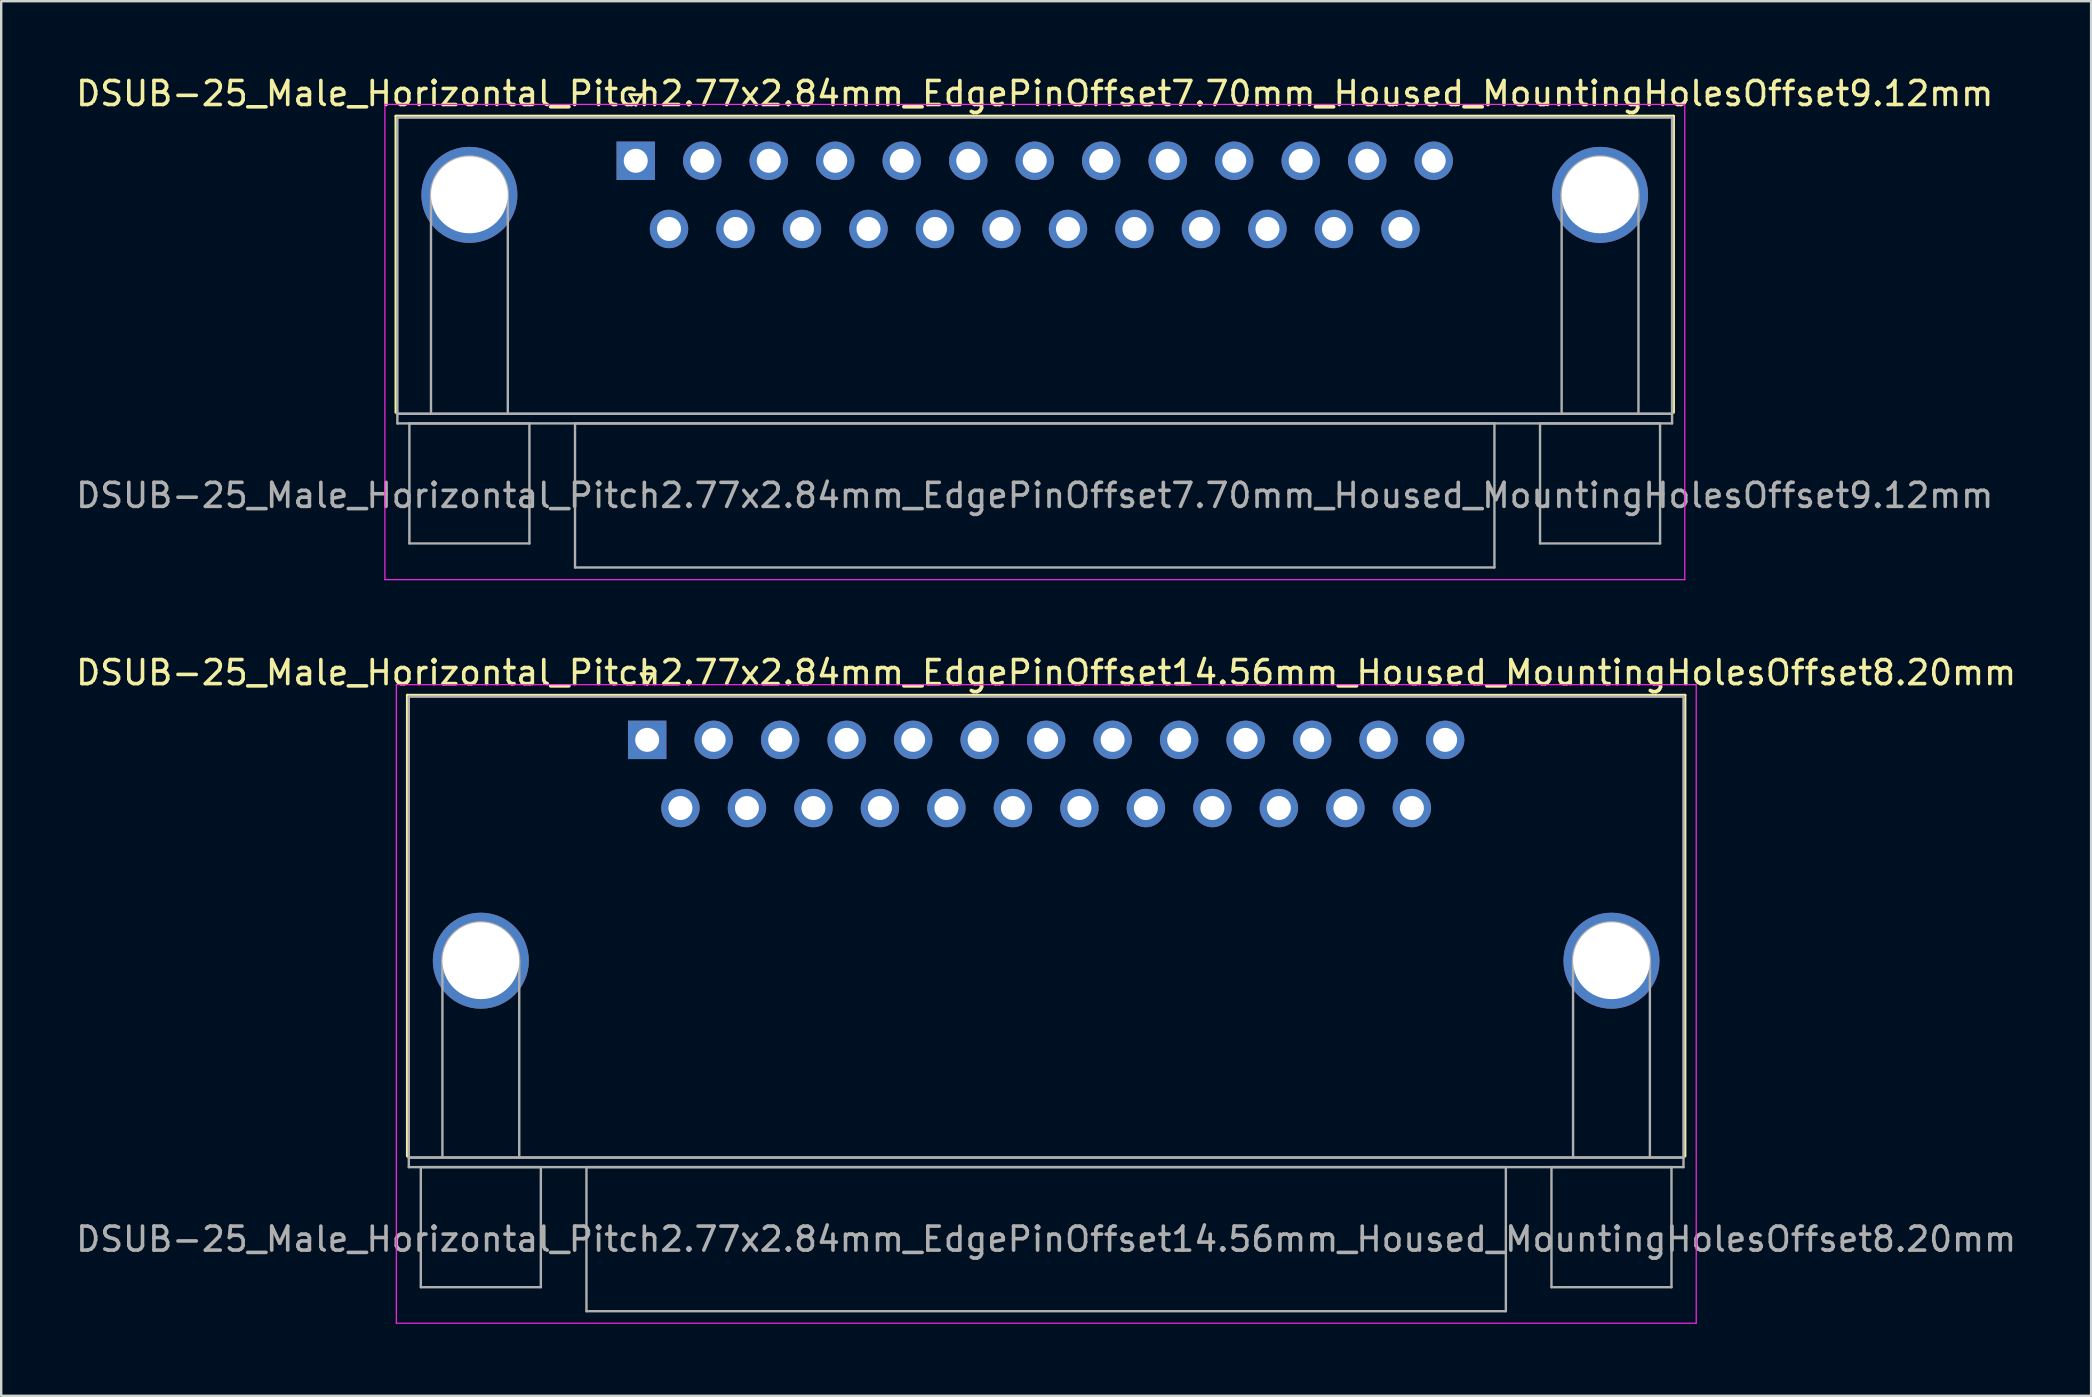
<source format=kicad_pcb>
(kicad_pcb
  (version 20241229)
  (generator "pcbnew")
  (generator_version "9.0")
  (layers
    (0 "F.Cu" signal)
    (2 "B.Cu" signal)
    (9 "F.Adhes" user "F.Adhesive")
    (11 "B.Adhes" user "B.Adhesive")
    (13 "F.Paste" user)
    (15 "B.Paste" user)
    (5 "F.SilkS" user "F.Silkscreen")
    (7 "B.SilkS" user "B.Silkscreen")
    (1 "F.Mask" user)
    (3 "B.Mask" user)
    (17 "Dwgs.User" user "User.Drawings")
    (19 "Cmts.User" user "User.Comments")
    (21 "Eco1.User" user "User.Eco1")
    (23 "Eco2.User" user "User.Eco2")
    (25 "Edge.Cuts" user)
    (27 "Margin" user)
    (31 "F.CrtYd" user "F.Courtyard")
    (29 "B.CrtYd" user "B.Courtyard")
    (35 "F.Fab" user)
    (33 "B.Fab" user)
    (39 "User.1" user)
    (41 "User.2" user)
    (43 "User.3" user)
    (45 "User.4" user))
  (footprint "DSUB-25_Male_Horizontal_Pitch2.77x2.84mm_EdgePinOffset7.70mm_Housed_MountingHolesOffset9.12mm"
    (layer "F.Cu")
    (at 23.434 3.648)
    (property "Reference" "DSUB-25_Male_Horizontal_Pitch2.77x2.84mm_EdgePinOffset7.70mm_Housed_MountingHolesOffset9.12mm" (at 16.62 -2.8 0) (layer "F.SilkS") (effects (font (size 1 1) (thickness 0.15))))
    (attr through_hole)
    (fp_line (start -9.99 -1.86) (end 43.23 -1.86) (stroke (width 0.12) (type solid)) (layer "F.SilkS"))
    (fp_line (start -9.99 10.48) (end -9.99 -1.86) (stroke (width 0.12) (type solid)) (layer "F.SilkS"))
    (fp_line (start -0.25 -2.754) (end 0.25 -2.754) (stroke (width 0.12) (type solid)) (layer "F.SilkS"))
    (fp_line (start 0 -2.321) (end -0.25 -2.754) (stroke (width 0.12) (type solid)) (layer "F.SilkS"))
    (fp_line (start 0.25 -2.754) (end 0 -2.321) (stroke (width 0.12) (type solid)) (layer "F.SilkS"))
    (fp_line (start 43.23 -1.86) (end 43.23 10.48) (stroke (width 0.12) (type solid)) (layer "F.SilkS"))
    (fp_line (start -10.45 -2.35) (end -10.45 17.45) (stroke (width 0.05) (type solid)) (layer "F.CrtYd"))
    (fp_line (start -10.45 17.45) (end 43.7 17.45) (stroke (width 0.05) (type solid)) (layer "F.CrtYd"))
    (fp_line (start 43.7 -2.35) (end -10.45 -2.35) (stroke (width 0.05) (type solid)) (layer "F.CrtYd"))
    (fp_line (start 43.7 17.45) (end 43.7 -2.35) (stroke (width 0.05) (type solid)) (layer "F.CrtYd"))
    (fp_line (start -9.93 -1.8) (end -9.93 10.54) (stroke (width 0.1) (type solid)) (layer "F.Fab"))
    (fp_line (start -9.93 10.54) (end -9.93 10.94) (stroke (width 0.1) (type solid)) (layer "F.Fab"))
    (fp_line (start -9.93 10.54) (end 43.17 10.54) (stroke (width 0.1) (type solid)) (layer "F.Fab"))
    (fp_line (start -9.93 10.94) (end 43.17 10.94) (stroke (width 0.1) (type solid)) (layer "F.Fab"))
    (fp_line (start -9.43 10.94) (end -9.43 15.94) (stroke (width 0.1) (type solid)) (layer "F.Fab"))
    (fp_line (start -9.43 15.94) (end -4.43 15.94) (stroke (width 0.1) (type solid)) (layer "F.Fab"))
    (fp_line (start -8.53 10.54) (end -8.53 1.42) (stroke (width 0.1) (type solid)) (layer "F.Fab"))
    (fp_line (start -5.33 10.54) (end -5.33 1.42) (stroke (width 0.1) (type solid)) (layer "F.Fab"))
    (fp_line (start -4.43 10.94) (end -9.43 10.94) (stroke (width 0.1) (type solid)) (layer "F.Fab"))
    (fp_line (start -4.43 15.94) (end -4.43 10.94) (stroke (width 0.1) (type solid)) (layer "F.Fab"))
    (fp_line (start -2.53 10.94) (end -2.53 16.94) (stroke (width 0.1) (type solid)) (layer "F.Fab"))
    (fp_line (start -2.53 16.94) (end 35.77 16.94) (stroke (width 0.1) (type solid)) (layer "F.Fab"))
    (fp_line (start 35.77 10.94) (end -2.53 10.94) (stroke (width 0.1) (type solid)) (layer "F.Fab"))
    (fp_line (start 35.77 16.94) (end 35.77 10.94) (stroke (width 0.1) (type solid)) (layer "F.Fab"))
    (fp_line (start 37.67 10.94) (end 37.67 15.94) (stroke (width 0.1) (type solid)) (layer "F.Fab"))
    (fp_line (start 37.67 15.94) (end 42.67 15.94) (stroke (width 0.1) (type solid)) (layer "F.Fab"))
    (fp_line (start 38.57 10.54) (end 38.57 1.42) (stroke (width 0.1) (type solid)) (layer "F.Fab"))
    (fp_line (start 41.77 10.54) (end 41.77 1.42) (stroke (width 0.1) (type solid)) (layer "F.Fab"))
    (fp_line (start 42.67 10.94) (end 37.67 10.94) (stroke (width 0.1) (type solid)) (layer "F.Fab"))
    (fp_line (start 42.67 15.94) (end 42.67 10.94) (stroke (width 0.1) (type solid)) (layer "F.Fab"))
    (fp_line (start 43.17 -1.8) (end -9.93 -1.8) (stroke (width 0.1) (type solid)) (layer "F.Fab"))
    (fp_line (start 43.17 10.54) (end -9.93 10.54) (stroke (width 0.1) (type solid)) (layer "F.Fab"))
    (fp_line (start 43.17 10.54) (end 43.17 -1.8) (stroke (width 0.1) (type solid)) (layer "F.Fab"))
    (fp_line (start 43.17 10.94) (end 43.17 10.54) (stroke (width 0.1) (type solid)) (layer "F.Fab"))
    (fp_arc (start -8.53 1.42) (mid -6.93 -0.18) (end -5.33 1.42) (stroke (width 0.1) (type solid)) (layer "F.Fab"))
    (fp_arc (start 38.57 1.42) (mid 40.17 -0.18) (end 41.77 1.42) (stroke (width 0.1) (type solid)) (layer "F.Fab"))
    (fp_text user "${REFERENCE}" (at 16.62 13.94 0) (layer "F.Fab") (effects (font (size 1 1) (thickness 0.15))))
    (pad "0" thru_hole circle (at -6.93 1.42) (size 4 4) (drill 3.2) (layers "*.Cu" "*.Mask"))
    (pad "0" thru_hole circle (at 40.17 1.42) (size 4 4) (drill 3.2) (layers "*.Cu" "*.Mask"))
    (pad "1" thru_hole rect (at 0 0) (size 1.6 1.6) (drill 1) (layers "*.Cu" "*.Mask"))
    (pad "2" thru_hole circle (at 2.77 0) (size 1.6 1.6) (drill 1) (layers "*.Cu" "*.Mask"))
    (pad "3" thru_hole circle (at 5.54 0) (size 1.6 1.6) (drill 1) (layers "*.Cu" "*.Mask"))
    (pad "4" thru_hole circle (at 8.31 0) (size 1.6 1.6) (drill 1) (layers "*.Cu" "*.Mask"))
    (pad "5" thru_hole circle (at 11.08 0) (size 1.6 1.6) (drill 1) (layers "*.Cu" "*.Mask"))
    (pad "6" thru_hole circle (at 13.85 0) (size 1.6 1.6) (drill 1) (layers "*.Cu" "*.Mask"))
    (pad "7" thru_hole circle (at 16.62 0) (size 1.6 1.6) (drill 1) (layers "*.Cu" "*.Mask"))
    (pad "8" thru_hole circle (at 19.39 0) (size 1.6 1.6) (drill 1) (layers "*.Cu" "*.Mask"))
    (pad "9" thru_hole circle (at 22.16 0) (size 1.6 1.6) (drill 1) (layers "*.Cu" "*.Mask"))
    (pad "10" thru_hole circle (at 24.93 0) (size 1.6 1.6) (drill 1) (layers "*.Cu" "*.Mask"))
    (pad "11" thru_hole circle (at 27.7 0) (size 1.6 1.6) (drill 1) (layers "*.Cu" "*.Mask"))
    (pad "12" thru_hole circle (at 30.47 0) (size 1.6 1.6) (drill 1) (layers "*.Cu" "*.Mask"))
    (pad "13" thru_hole circle (at 33.24 0) (size 1.6 1.6) (drill 1) (layers "*.Cu" "*.Mask"))
    (pad "14" thru_hole circle (at 1.385 2.84) (size 1.6 1.6) (drill 1) (layers "*.Cu" "*.Mask"))
    (pad "15" thru_hole circle (at 4.155 2.84) (size 1.6 1.6) (drill 1) (layers "*.Cu" "*.Mask"))
    (pad "16" thru_hole circle (at 6.925 2.84) (size 1.6 1.6) (drill 1) (layers "*.Cu" "*.Mask"))
    (pad "17" thru_hole circle (at 9.695 2.84) (size 1.6 1.6) (drill 1) (layers "*.Cu" "*.Mask"))
    (pad "18" thru_hole circle (at 12.465 2.84) (size 1.6 1.6) (drill 1) (layers "*.Cu" "*.Mask"))
    (pad "19" thru_hole circle (at 15.235 2.84) (size 1.6 1.6) (drill 1) (layers "*.Cu" "*.Mask"))
    (pad "20" thru_hole circle (at 18.005 2.84) (size 1.6 1.6) (drill 1) (layers "*.Cu" "*.Mask"))
    (pad "21" thru_hole circle (at 20.775 2.84) (size 1.6 1.6) (drill 1) (layers "*.Cu" "*.Mask"))
    (pad "22" thru_hole circle (at 23.545 2.84) (size 1.6 1.6) (drill 1) (layers "*.Cu" "*.Mask"))
    (pad "23" thru_hole circle (at 26.315 2.84) (size 1.6 1.6) (drill 1) (layers "*.Cu" "*.Mask"))
    (pad "24" thru_hole circle (at 29.085 2.84) (size 1.6 1.6) (drill 1) (layers "*.Cu" "*.Mask"))
    (pad "25" thru_hole circle (at 31.855 2.84) (size 1.6 1.6) (drill 1) (layers "*.Cu" "*.Mask")))
  (footprint "DSUB-25_Male_Horizontal_Pitch2.77x2.84mm_EdgePinOffset14.56mm_Housed_MountingHolesOffset8.20mm"
    (layer "F.Cu")
    (at 23.91 27.771)
    (property "Reference" "DSUB-25_Male_Horizontal_Pitch2.77x2.84mm_EdgePinOffset14.56mm_Housed_MountingHolesOffset8.20mm" (at 16.62 -2.8 0) (layer "F.SilkS") (effects (font (size 1 1) (thickness 0.15))))
    (attr through_hole)
    (fp_line (start -9.99 -1.86) (end 43.23 -1.86) (stroke (width 0.12) (type solid)) (layer "F.SilkS"))
    (fp_line (start -9.99 17.34) (end -9.99 -1.86) (stroke (width 0.12) (type solid)) (layer "F.SilkS"))
    (fp_line (start -0.25 -2.754) (end 0.25 -2.754) (stroke (width 0.12) (type solid)) (layer "F.SilkS"))
    (fp_line (start 0 -2.321) (end -0.25 -2.754) (stroke (width 0.12) (type solid)) (layer "F.SilkS"))
    (fp_line (start 0.25 -2.754) (end 0 -2.321) (stroke (width 0.12) (type solid)) (layer "F.SilkS"))
    (fp_line (start 43.23 -1.86) (end 43.23 17.34) (stroke (width 0.12) (type solid)) (layer "F.SilkS"))
    (fp_line (start -10.45 -2.3) (end -10.45 24.3) (stroke (width 0.05) (type solid)) (layer "F.CrtYd"))
    (fp_line (start -10.45 24.3) (end 43.7 24.3) (stroke (width 0.05) (type solid)) (layer "F.CrtYd"))
    (fp_line (start 43.7 -2.3) (end -10.45 -2.3) (stroke (width 0.05) (type solid)) (layer "F.CrtYd"))
    (fp_line (start 43.7 24.3) (end 43.7 -2.3) (stroke (width 0.05) (type solid)) (layer "F.CrtYd"))
    (fp_line (start -9.93 -1.8) (end -9.93 17.4) (stroke (width 0.1) (type solid)) (layer "F.Fab"))
    (fp_line (start -9.93 17.4) (end -9.93 17.8) (stroke (width 0.1) (type solid)) (layer "F.Fab"))
    (fp_line (start -9.93 17.4) (end 43.17 17.4) (stroke (width 0.1) (type solid)) (layer "F.Fab"))
    (fp_line (start -9.93 17.8) (end 43.17 17.8) (stroke (width 0.1) (type solid)) (layer "F.Fab"))
    (fp_line (start -9.43 17.8) (end -9.43 22.8) (stroke (width 0.1) (type solid)) (layer "F.Fab"))
    (fp_line (start -9.43 22.8) (end -4.43 22.8) (stroke (width 0.1) (type solid)) (layer "F.Fab"))
    (fp_line (start -8.53 17.4) (end -8.53 9.2) (stroke (width 0.1) (type solid)) (layer "F.Fab"))
    (fp_line (start -5.33 17.4) (end -5.33 9.2) (stroke (width 0.1) (type solid)) (layer "F.Fab"))
    (fp_line (start -4.43 17.8) (end -9.43 17.8) (stroke (width 0.1) (type solid)) (layer "F.Fab"))
    (fp_line (start -4.43 22.8) (end -4.43 17.8) (stroke (width 0.1) (type solid)) (layer "F.Fab"))
    (fp_line (start -2.53 17.8) (end -2.53 23.8) (stroke (width 0.1) (type solid)) (layer "F.Fab"))
    (fp_line (start -2.53 23.8) (end 35.77 23.8) (stroke (width 0.1) (type solid)) (layer "F.Fab"))
    (fp_line (start 35.77 17.8) (end -2.53 17.8) (stroke (width 0.1) (type solid)) (layer "F.Fab"))
    (fp_line (start 35.77 23.8) (end 35.77 17.8) (stroke (width 0.1) (type solid)) (layer "F.Fab"))
    (fp_line (start 37.67 17.8) (end 37.67 22.8) (stroke (width 0.1) (type solid)) (layer "F.Fab"))
    (fp_line (start 37.67 22.8) (end 42.67 22.8) (stroke (width 0.1) (type solid)) (layer "F.Fab"))
    (fp_line (start 38.57 17.4) (end 38.57 9.2) (stroke (width 0.1) (type solid)) (layer "F.Fab"))
    (fp_line (start 41.77 17.4) (end 41.77 9.2) (stroke (width 0.1) (type solid)) (layer "F.Fab"))
    (fp_line (start 42.67 17.8) (end 37.67 17.8) (stroke (width 0.1) (type solid)) (layer "F.Fab"))
    (fp_line (start 42.67 22.8) (end 42.67 17.8) (stroke (width 0.1) (type solid)) (layer "F.Fab"))
    (fp_line (start 43.17 -1.8) (end -9.93 -1.8) (stroke (width 0.1) (type solid)) (layer "F.Fab"))
    (fp_line (start 43.17 17.4) (end -9.93 17.4) (stroke (width 0.1) (type solid)) (layer "F.Fab"))
    (fp_line (start 43.17 17.4) (end 43.17 -1.8) (stroke (width 0.1) (type solid)) (layer "F.Fab"))
    (fp_line (start 43.17 17.8) (end 43.17 17.4) (stroke (width 0.1) (type solid)) (layer "F.Fab"))
    (fp_arc (start -8.53 9.2) (mid -6.93 7.6) (end -5.33 9.2) (stroke (width 0.1) (type solid)) (layer "F.Fab"))
    (fp_arc (start 38.57 9.2) (mid 40.17 7.6) (end 41.77 9.2) (stroke (width 0.1) (type solid)) (layer "F.Fab"))
    (fp_text user "${REFERENCE}" (at 16.62 20.8 0) (layer "F.Fab") (effects (font (size 1 1) (thickness 0.15))))
    (pad "0" thru_hole circle (at -6.93 9.2) (size 4 4) (drill 3.2) (layers "*.Cu" "*.Mask"))
    (pad "0" thru_hole circle (at 40.17 9.2) (size 4 4) (drill 3.2) (layers "*.Cu" "*.Mask"))
    (pad "1" thru_hole rect (at 0 0) (size 1.6 1.6) (drill 1) (layers "*.Cu" "*.Mask"))
    (pad "2" thru_hole circle (at 2.77 0) (size 1.6 1.6) (drill 1) (layers "*.Cu" "*.Mask"))
    (pad "3" thru_hole circle (at 5.54 0) (size 1.6 1.6) (drill 1) (layers "*.Cu" "*.Mask"))
    (pad "4" thru_hole circle (at 8.31 0) (size 1.6 1.6) (drill 1) (layers "*.Cu" "*.Mask"))
    (pad "5" thru_hole circle (at 11.08 0) (size 1.6 1.6) (drill 1) (layers "*.Cu" "*.Mask"))
    (pad "6" thru_hole circle (at 13.85 0) (size 1.6 1.6) (drill 1) (layers "*.Cu" "*.Mask"))
    (pad "7" thru_hole circle (at 16.62 0) (size 1.6 1.6) (drill 1) (layers "*.Cu" "*.Mask"))
    (pad "8" thru_hole circle (at 19.39 0) (size 1.6 1.6) (drill 1) (layers "*.Cu" "*.Mask"))
    (pad "9" thru_hole circle (at 22.16 0) (size 1.6 1.6) (drill 1) (layers "*.Cu" "*.Mask"))
    (pad "10" thru_hole circle (at 24.93 0) (size 1.6 1.6) (drill 1) (layers "*.Cu" "*.Mask"))
    (pad "11" thru_hole circle (at 27.7 0) (size 1.6 1.6) (drill 1) (layers "*.Cu" "*.Mask"))
    (pad "12" thru_hole circle (at 30.47 0) (size 1.6 1.6) (drill 1) (layers "*.Cu" "*.Mask"))
    (pad "13" thru_hole circle (at 33.24 0) (size 1.6 1.6) (drill 1) (layers "*.Cu" "*.Mask"))
    (pad "14" thru_hole circle (at 1.385 2.84) (size 1.6 1.6) (drill 1) (layers "*.Cu" "*.Mask"))
    (pad "15" thru_hole circle (at 4.155 2.84) (size 1.6 1.6) (drill 1) (layers "*.Cu" "*.Mask"))
    (pad "16" thru_hole circle (at 6.925 2.84) (size 1.6 1.6) (drill 1) (layers "*.Cu" "*.Mask"))
    (pad "17" thru_hole circle (at 9.695 2.84) (size 1.6 1.6) (drill 1) (layers "*.Cu" "*.Mask"))
    (pad "18" thru_hole circle (at 12.465 2.84) (size 1.6 1.6) (drill 1) (layers "*.Cu" "*.Mask"))
    (pad "19" thru_hole circle (at 15.235 2.84) (size 1.6 1.6) (drill 1) (layers "*.Cu" "*.Mask"))
    (pad "20" thru_hole circle (at 18.005 2.84) (size 1.6 1.6) (drill 1) (layers "*.Cu" "*.Mask"))
    (pad "21" thru_hole circle (at 20.775 2.84) (size 1.6 1.6) (drill 1) (layers "*.Cu" "*.Mask"))
    (pad "22" thru_hole circle (at 23.545 2.84) (size 1.6 1.6) (drill 1) (layers "*.Cu" "*.Mask"))
    (pad "23" thru_hole circle (at 26.315 2.84) (size 1.6 1.6) (drill 1) (layers "*.Cu" "*.Mask"))
    (pad "24" thru_hole circle (at 29.085 2.84) (size 1.6 1.6) (drill 1) (layers "*.Cu" "*.Mask"))
    (pad "25" thru_hole circle (at 31.855 2.84) (size 1.6 1.6) (drill 1) (layers "*.Cu" "*.Mask")))
  (gr_rect
    (start -3 -3)
    (end 84.06 55.096)
    (stroke (width 0.1) (type default))
    (fill no)
    (layer "Edge.Cuts")))
</source>
